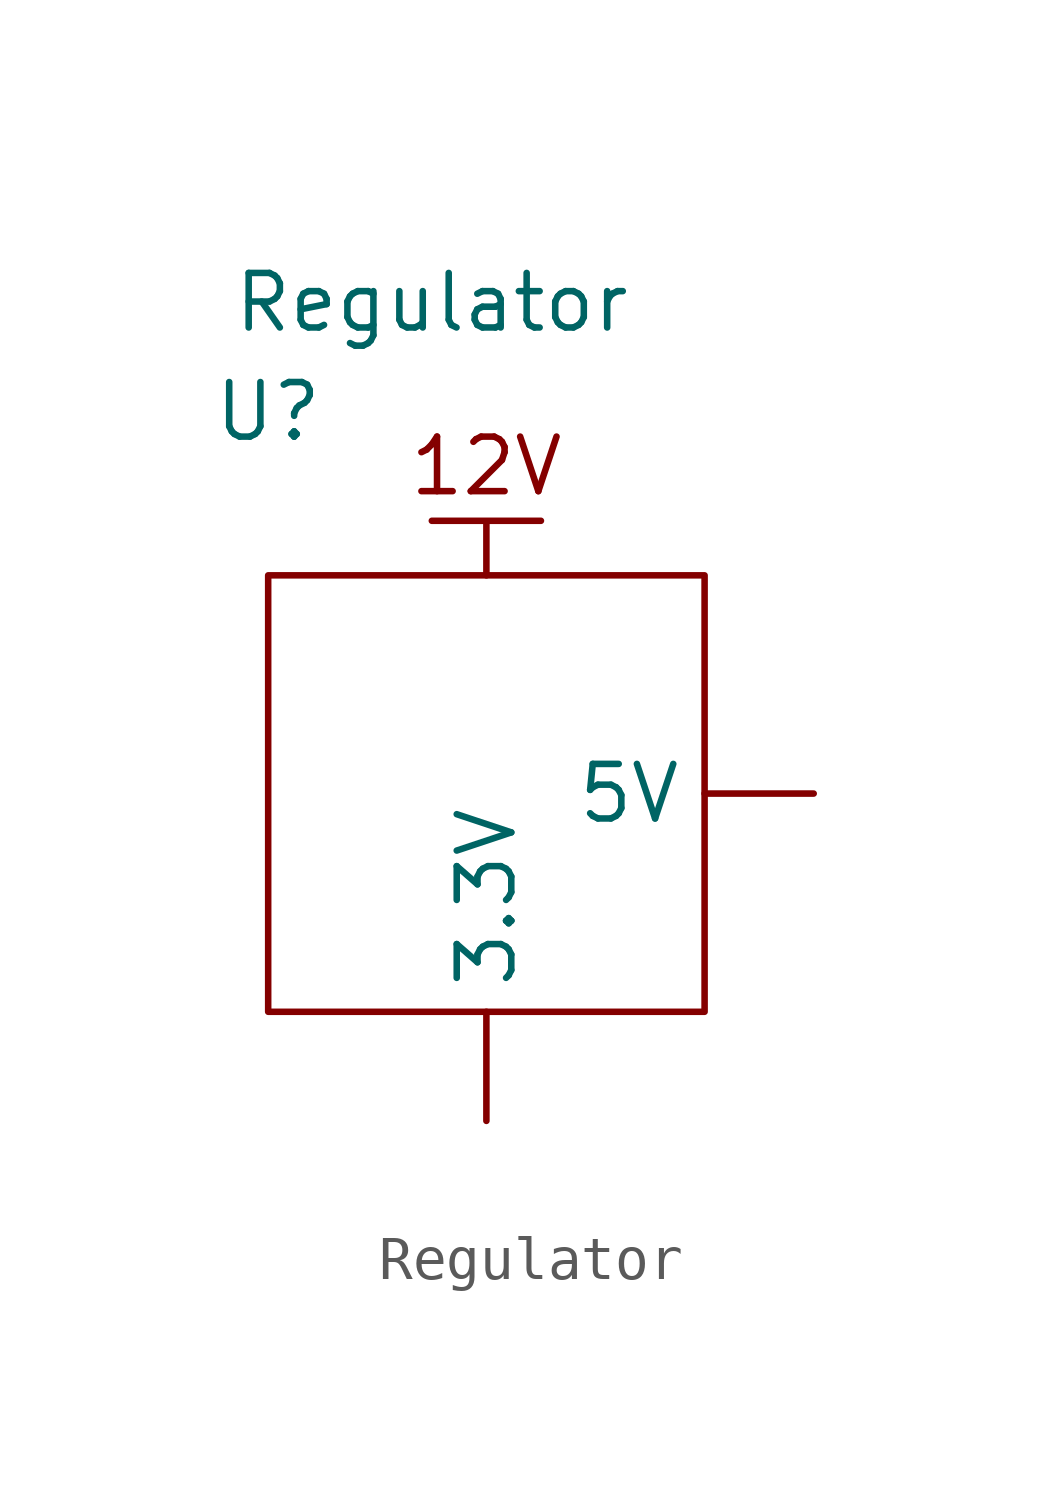
<source format=kicad_sym>
(kicad_symbol_lib
  (version 20211014)
  (generator kicad_symbol_editor)
  (symbol "Regulator"
    (property "Reference" "U"
      (at -3.81 0 0)
      (effects (font (size 1.27 1.27))))
    (property "Value" "Regulator"
      (at 0 2.54 0)
      (effects (font (size 1.27 1.27))))
    (symbol "Regulator_0_0"
      (text "12V" (at 1.27 -1.27 0) (effects (font (size 1.27 1.27)))))
    (symbol "Regulator_0_1"
      (rectangle (start -3.81 -3.81) (end 6.35 -13.97) (stroke (width 0) (type default) (color 0 0 0 0)) (fill (type none)))
      (polyline (pts (xy 1.27 -3.81) (xy 1.27 -2.54) (xy 0 -2.54) (xy 2.54 -2.54)) (stroke (width 0) (type default) (color 0 0 0 0)) (fill (type none))))
    (symbol "Regulator_1_1"
      (pin power_out line (at 1.27 -16.51 90) (length 2.54) (name "3.3V" (effects (font (size 1.27 1.27)))) (number "" (effects (font (size 1.27 1.27)))))
      (pin power_out line (at 8.89 -8.89 180) (length 2.54) (name "5V" (effects (font (size 1.27 1.27)))) (number "" (effects (font (size 1.27 1.27))))))))
</source>
